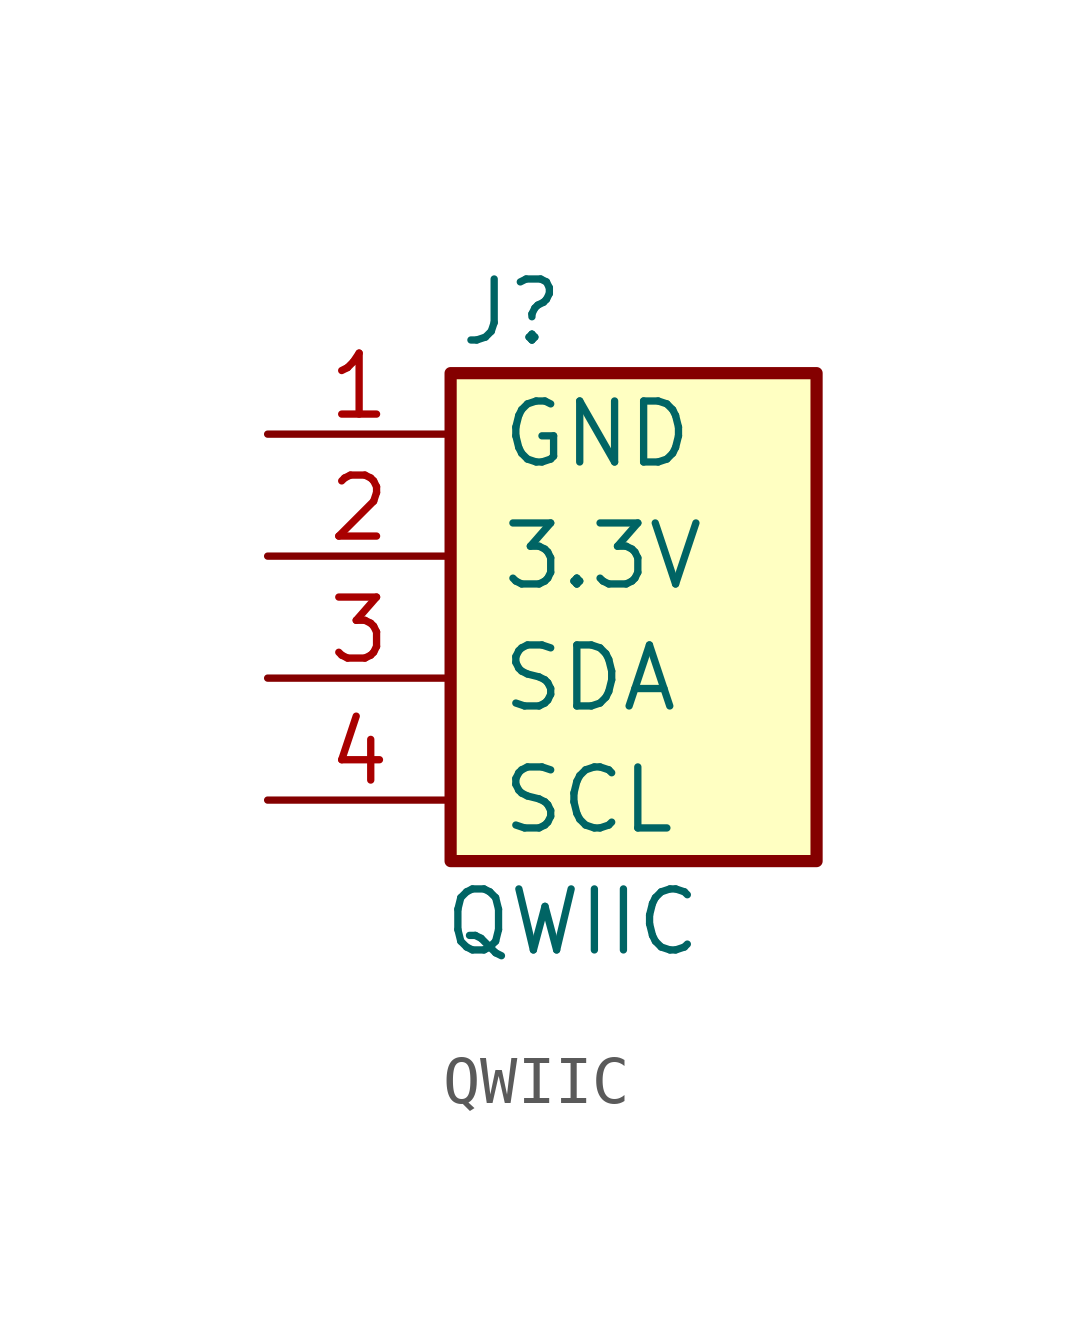
<source format=kicad_sym>
(kicad_symbol_lib
  (version 20211014)
  (generator kicad_symbol_editor)
  (symbol "QWIIC"
    (pin_names
      (offset 1.016))
    (property "Reference" "J"
      (at 0 5.08 0)
      (effects (font (size 1.27 1.27))))
    (property "Value" "QWIIC"
      (at 1.27 -7.62 0)
      (effects (font (size 1.27 1.27))))
    (symbol "QWIIC_1_1"
      (rectangle (start -1.27 3.81) (end 6.35 -6.35) (stroke (width 0.254) (type default) (color 0 0 0 0)) (fill (type background)))
      (pin passive line (at -5.08 2.54 0) (length 3.81) (name "GND" (effects (font (size 1.27 1.27)))) (number "1" (effects (font (size 1.27 1.27)))))
      (pin passive line (at -5.08 0 0) (length 3.81) (name "3.3V" (effects (font (size 1.27 1.27)))) (number "2" (effects (font (size 1.27 1.27)))))
      (pin passive line (at -5.08 -2.54 0) (length 3.81) (name "SDA" (effects (font (size 1.27 1.27)))) (number "3" (effects (font (size 1.27 1.27)))))
      (pin passive line (at -5.08 -5.08 0) (length 3.81) (name "SCL" (effects (font (size 1.27 1.27)))) (number "4" (effects (font (size 1.27 1.27))))))))
</source>
